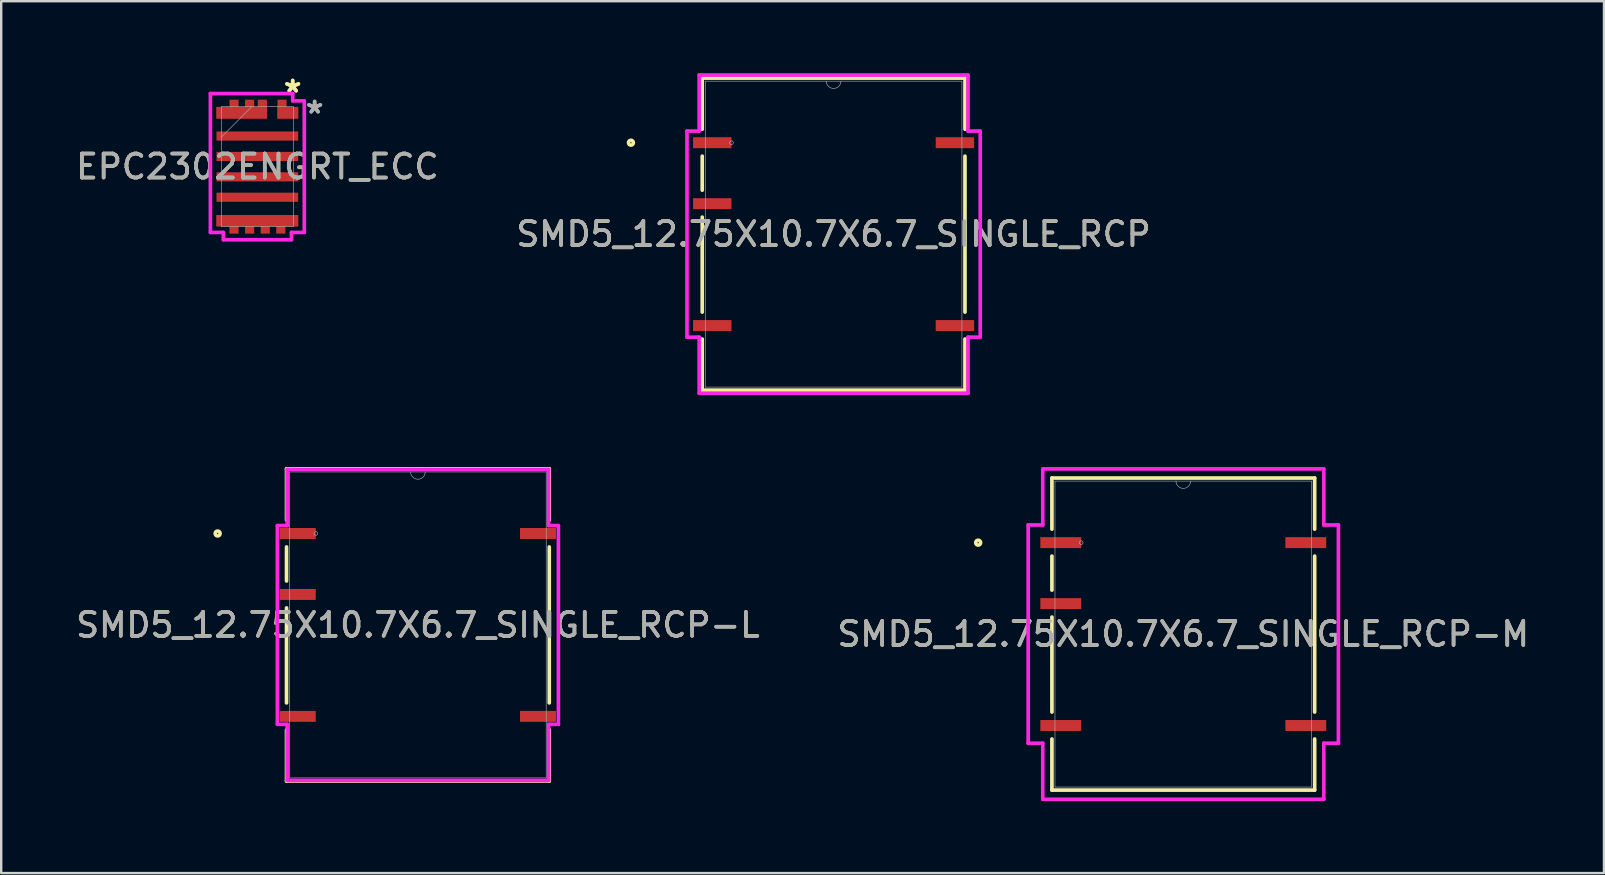
<source format=kicad_pcb>
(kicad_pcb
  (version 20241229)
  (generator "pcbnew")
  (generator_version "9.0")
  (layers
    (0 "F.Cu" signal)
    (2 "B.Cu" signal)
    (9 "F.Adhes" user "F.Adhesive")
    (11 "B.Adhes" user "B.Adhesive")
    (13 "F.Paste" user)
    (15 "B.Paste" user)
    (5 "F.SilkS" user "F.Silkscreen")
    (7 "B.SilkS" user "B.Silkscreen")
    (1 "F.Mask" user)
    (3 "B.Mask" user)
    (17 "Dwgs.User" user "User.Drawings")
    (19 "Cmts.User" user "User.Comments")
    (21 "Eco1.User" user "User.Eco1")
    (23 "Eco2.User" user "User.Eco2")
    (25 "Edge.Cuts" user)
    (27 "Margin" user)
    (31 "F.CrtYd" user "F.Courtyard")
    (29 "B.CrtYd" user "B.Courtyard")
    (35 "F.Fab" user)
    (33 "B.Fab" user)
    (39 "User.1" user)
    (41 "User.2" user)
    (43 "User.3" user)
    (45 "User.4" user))
  (footprint "EPC2302ENGRT_ECC"
    (layer "F.Cu")
    (at 7.673 3.894)
    (property "Reference" "EPC2302ENGRT_ECC" (at 0 0 0) (unlocked yes) (layer "F.SilkS") (effects (font (size 1 1) (thickness 0.15))))
    (attr smd)
    (fp_poly (pts (xy 0.838 -2.792) (xy 1.219 -2.792) (xy 1.219 -2.487) (xy 1.702 -2.487) (xy 1.702 -2.004) (xy 0.838 -2.004)) (stroke (width 0) (type solid)) (fill yes) (layer "F.Cu"))
    (fp_poly (pts (xy -1.702 -2.487) (xy -1.162 -2.487) (xy -1.162 -2.792) (xy -0.781 -2.792) (xy -0.781 -2.487) (xy -0.512 -2.487) (xy -0.512 -2.792) (xy -0.131 -2.792) (xy -0.131 -2.487) (xy 0.017 -2.487) (xy 0.017 -2.792) (xy 0.398 -2.792) (xy 0.406 -2.004) (xy -1.702 -2.004)) (stroke (width 0) (type solid)) (fill yes) (layer "F.Cu"))
    (fp_poly (pts (xy -1.702 2.487) (xy -1.162 2.487) (xy -1.162 2.792) (xy -0.781 2.792) (xy -0.781 2.487) (xy -0.512 2.487) (xy -0.512 2.792) (xy -0.131 2.792) (xy -0.131 2.487) (xy 0.138 2.487) (xy 0.138 2.792) (xy 0.519 2.792) (xy 0.519 2.487) (xy 0.788 2.487) (xy 0.788 2.792) (xy 1.169 2.792) (xy 1.169 2.487) (xy 1.702 2.487) (xy 1.702 2.017) (xy -1.702 2.017)) (stroke (width 0) (type solid)) (fill yes) (layer "F.Cu"))
    (fp_poly (pts (xy 0.838 -2.792) (xy 1.219 -2.792) (xy 1.219 -2.487) (xy 1.702 -2.487) (xy 1.702 -2.004) (xy 0.838 -2.004)) (stroke (width 0) (type solid)) (fill yes) (layer "F.Mask"))
    (fp_poly (pts (xy -1.702 -2.487) (xy -1.162 -2.487) (xy -1.162 -2.792) (xy -0.781 -2.792) (xy -0.781 -2.487) (xy -0.512 -2.487) (xy -0.512 -2.792) (xy -0.131 -2.792) (xy -0.131 -2.487) (xy 0.017 -2.487) (xy 0.017 -2.792) (xy 0.398 -2.792) (xy 0.406 -2.004) (xy -1.702 -2.004)) (stroke (width 0) (type solid)) (fill yes) (layer "F.Mask"))
    (fp_poly (pts (xy -1.702 2.487) (xy -1.162 2.487) (xy -1.162 2.792) (xy -0.781 2.792) (xy -0.781 2.487) (xy -0.512 2.487) (xy -0.512 2.792) (xy -0.131 2.792) (xy -0.131 2.487) (xy 0.138 2.487) (xy 0.138 2.792) (xy 0.519 2.792) (xy 0.519 2.487) (xy 0.788 2.487) (xy 0.788 2.792) (xy 1.169 2.792) (xy 1.169 2.487) (xy 1.702 2.487) (xy 1.702 2.017) (xy -1.702 2.017)) (stroke (width 0) (type solid)) (fill yes) (layer "F.Mask"))
    (fp_poly (pts (xy 0.838 -2.792) (xy 1.219 -2.792) (xy 1.219 -2.487) (xy 1.702 -2.487) (xy 1.702 -2.004) (xy 0.838 -2.004)) (stroke (width 0) (type solid)) (fill yes) (layer "F.Paste"))
    (fp_poly (pts (xy -1.702 -2.487) (xy -1.162 -2.487) (xy -1.162 -2.792) (xy -0.781 -2.792) (xy -0.781 -2.487) (xy -0.512 -2.487) (xy -0.512 -2.792) (xy -0.131 -2.792) (xy -0.131 -2.487) (xy 0.017 -2.487) (xy 0.017 -2.792) (xy 0.398 -2.792) (xy 0.406 -2.004) (xy -1.702 -2.004)) (stroke (width 0) (type solid)) (fill yes) (layer "F.Paste"))
    (fp_poly (pts (xy -1.702 2.487) (xy -1.162 2.487) (xy -1.162 2.792) (xy -0.781 2.792) (xy -0.781 2.487) (xy -0.512 2.487) (xy -0.512 2.792) (xy -0.131 2.792) (xy -0.131 2.487) (xy 0.138 2.487) (xy 0.138 2.792) (xy 0.519 2.792) (xy 0.519 2.487) (xy 0.788 2.487) (xy 0.788 2.792) (xy 1.169 2.792) (xy 1.169 2.487) (xy 1.702 2.487) (xy 1.702 2.017) (xy -1.702 2.017)) (stroke (width 0) (type solid)) (fill yes) (layer "F.Paste"))
    (fp_line (start -1.956 -3.046) (end -1.956 2.741) (stroke (width 0.152) (type solid)) (layer "F.CrtYd"))
    (fp_line (start -1.956 2.741) (end -1.416 2.741) (stroke (width 0.152) (type solid)) (layer "F.CrtYd"))
    (fp_line (start -1.416 2.741) (end -1.416 3.046) (stroke (width 0.152) (type solid)) (layer "F.CrtYd"))
    (fp_line (start -1.416 3.046) (end 1.423 3.046) (stroke (width 0.152) (type solid)) (layer "F.CrtYd"))
    (fp_line (start 1.423 2.741) (end 1.956 2.741) (stroke (width 0.152) (type solid)) (layer "F.CrtYd"))
    (fp_line (start 1.423 3.046) (end 1.423 2.741) (stroke (width 0.152) (type solid)) (layer "F.CrtYd"))
    (fp_line (start 1.473 -3.046) (end -1.956 -3.046) (stroke (width 0.152) (type solid)) (layer "F.CrtYd"))
    (fp_line (start 1.473 -2.741) (end 1.473 -3.046) (stroke (width 0.152) (type solid)) (layer "F.CrtYd"))
    (fp_line (start 1.956 -2.741) (end 1.473 -2.741) (stroke (width 0.152) (type solid)) (layer "F.CrtYd"))
    (fp_line (start 1.956 2.741) (end 1.956 -2.741) (stroke (width 0.152) (type solid)) (layer "F.CrtYd"))
    (fp_line (start -1.499 -2.502) (end -1.499 2.502) (stroke (width 0.025) (type solid)) (layer "F.Fab"))
    (fp_line (start -1.499 -1.232) (end -0.229 -2.502) (stroke (width 0.025) (type solid)) (layer "F.Fab"))
    (fp_line (start -1.499 2.502) (end 1.499 2.502) (stroke (width 0.025) (type solid)) (layer "F.Fab"))
    (fp_line (start 1.499 -2.502) (end -1.499 -2.502) (stroke (width 0.025) (type solid)) (layer "F.Fab"))
    (fp_line (start 1.499 2.502) (end 1.499 -2.502) (stroke (width 0.025) (type solid)) (layer "F.Fab"))
    (fp_text user "*" (at 1.473 -3.046 0) (layer "F.SilkS") (effects (font (size 1 1) (thickness 0.15))))
    (fp_text user "*" (at 1.473 -3.046 0) (unlocked yes) (layer "F.SilkS") (effects (font (size 1 1) (thickness 0.15))))
    (fp_text user "*" (at 2.388 -2.171 0) (unlocked yes) (layer "F.Fab") (effects (font (size 1 1) (thickness 0.15))))
    (fp_text user "*" (at 2.388 -2.171 0) (layer "F.Fab") (effects (font (size 1 1) (thickness 0.15))))
    (fp_text user "${REFERENCE}" (at 0 0 0) (unlocked yes) (layer "F.Fab") (effects (font (size 1 1) (thickness 0.15))))
    (pad "1" smd rect (at 1.27 -2.246) (size 0.864 0.483) (layers "F.Cu" "F.Mask" "F.Paste"))
    (pad "2" smd rect (at -0.648 -2.246) (size 2.108 0.483) (layers "F.Cu" "F.Mask" "F.Paste"))
    (pad "3" smd rect (at 0 -1.275) (size 3.404 0.381) (layers "F.Cu" "F.Mask" "F.Paste"))
    (pad "4" smd rect (at 0 -0.425) (size 3.404 0.381) (layers "F.Cu" "F.Mask" "F.Paste"))
    (pad "5" smd rect (at 0 0.425) (size 3.404 0.381) (layers "F.Cu" "F.Mask" "F.Paste"))
    (pad "6" smd rect (at 0 1.275) (size 3.404 0.381) (layers "F.Cu" "F.Mask" "F.Paste"))
    (pad "7" smd rect (at 0 2.252) (size 3.404 0.47) (layers "F.Cu" "F.Mask" "F.Paste")))
  (footprint "SMD5_12.75X10.7X6.7_SINGLE_RCP-L"
    (layer "F.Cu")
    (at 14.363 22.99)
    (property "Reference" "SMD5_12.75X10.7X6.7_SINGLE_RCP-L" (at 0 0 0) (unlocked yes) (layer "F.SilkS") (effects (font (size 1 1) (thickness 0.15))))
    (attr smd)
    (fp_line (start -5.474 -6.502) (end -5.474 -4.371) (stroke (width 0.152) (type solid)) (layer "F.SilkS"))
    (fp_line (start -5.474 -3.249) (end -5.474 -1.831) (stroke (width 0.152) (type solid)) (layer "F.SilkS"))
    (fp_line (start -5.474 -0.709) (end -5.474 3.249) (stroke (width 0.152) (type solid)) (layer "F.SilkS"))
    (fp_line (start -5.474 4.371) (end -5.474 6.502) (stroke (width 0.152) (type solid)) (layer "F.SilkS"))
    (fp_line (start -5.474 6.502) (end 5.474 6.502) (stroke (width 0.152) (type solid)) (layer "F.SilkS"))
    (fp_line (start 5.474 -6.502) (end -5.474 -6.502) (stroke (width 0.152) (type solid)) (layer "F.SilkS"))
    (fp_line (start 5.474 -4.371) (end 5.474 -6.502) (stroke (width 0.152) (type solid)) (layer "F.SilkS"))
    (fp_line (start 5.474 3.249) (end 5.474 -3.249) (stroke (width 0.152) (type solid)) (layer "F.SilkS"))
    (fp_line (start 5.474 6.502) (end 5.474 4.371) (stroke (width 0.152) (type solid)) (layer "F.SilkS"))
    (fp_circle (center -8.344 -3.81) (end -8.242 -3.81) (stroke (width 0.152) (type solid)) (fill no) (layer "F.SilkS"))
    (fp_line (start -5.855 -4.14) (end -5.448 -4.14) (stroke (width 0.152) (type solid)) (layer "F.CrtYd"))
    (fp_line (start -5.855 4.14) (end -5.855 -4.14) (stroke (width 0.152) (type solid)) (layer "F.CrtYd"))
    (fp_line (start -5.855 4.14) (end -5.448 4.14) (stroke (width 0.152) (type solid)) (layer "F.CrtYd"))
    (fp_line (start -5.448 -6.477) (end 5.448 -6.477) (stroke (width 0.152) (type solid)) (layer "F.CrtYd"))
    (fp_line (start -5.448 -4.14) (end -5.448 -6.477) (stroke (width 0.152) (type solid)) (layer "F.CrtYd"))
    (fp_line (start -5.448 6.477) (end -5.448 4.14) (stroke (width 0.152) (type solid)) (layer "F.CrtYd"))
    (fp_line (start 5.448 -6.477) (end 5.448 -4.14) (stroke (width 0.152) (type solid)) (layer "F.CrtYd"))
    (fp_line (start 5.448 4.14) (end 5.448 6.477) (stroke (width 0.152) (type solid)) (layer "F.CrtYd"))
    (fp_line (start 5.448 6.477) (end -5.448 6.477) (stroke (width 0.152) (type solid)) (layer "F.CrtYd"))
    (fp_line (start 5.855 -4.14) (end 5.448 -4.14) (stroke (width 0.152) (type solid)) (layer "F.CrtYd"))
    (fp_line (start 5.855 -4.14) (end 5.855 4.14) (stroke (width 0.152) (type solid)) (layer "F.CrtYd"))
    (fp_line (start 5.855 4.14) (end 5.448 4.14) (stroke (width 0.152) (type solid)) (layer "F.CrtYd"))
    (fp_line (start -5.347 -6.375) (end -5.347 6.375) (stroke (width 0.025) (type solid)) (layer "F.Fab"))
    (fp_line (start -5.347 6.375) (end 5.347 6.375) (stroke (width 0.025) (type solid)) (layer "F.Fab"))
    (fp_line (start 5.347 -6.375) (end -5.347 -6.375) (stroke (width 0.025) (type solid)) (layer "F.Fab"))
    (fp_line (start 5.347 6.375) (end 5.347 -6.375) (stroke (width 0.025) (type solid)) (layer "F.Fab"))
    (fp_arc (start 0.3048 -6.3754) (mid 0 -6.0706) (end -0.3048 -6.3754) (stroke (width 0.0254) (type solid)) (layer "F.Fab"))
    (fp_circle (center -4.255 -3.81) (end -4.178 -3.81) (stroke (width 0.025) (type solid)) (fill no) (layer "F.Fab"))
    (fp_text user "${REFERENCE}" (at 0 0 0) (unlocked yes) (layer "F.Fab") (effects (font (size 1 1) (thickness 0.15))))
    (pad "1" smd rect (at -5.004 -3.81) (size 1.499 0.457) (layers "F.Cu" "F.Mask" "F.Paste"))
    (pad "2" smd rect (at -5.004 -1.27) (size 1.499 0.457) (layers "F.Cu" "F.Mask" "F.Paste"))
    (pad "4" smd rect (at -5.004 3.81) (size 1.499 0.457) (layers "F.Cu" "F.Mask" "F.Paste"))
    (pad "5" smd rect (at 5.004 3.81) (size 1.499 0.457) (layers "F.Cu" "F.Mask" "F.Paste"))
    (pad "8" smd rect (at 5.004 -3.81) (size 1.499 0.457) (layers "F.Cu" "F.Mask" "F.Paste")))
  (footprint "SMD5_12.75X10.7X6.7_SINGLE_RCP-M"
    (layer "F.Cu")
    (at 46.256 23.371)
    (property "Reference" "SMD5_12.75X10.7X6.7_SINGLE_RCP-M" (at 0 0 0) (unlocked yes) (layer "F.SilkS") (effects (font (size 1 1) (thickness 0.15))))
    (attr smd)
    (fp_line (start -5.474 -6.502) (end -5.474 -4.371) (stroke (width 0.152) (type solid)) (layer "F.SilkS"))
    (fp_line (start -5.474 -3.249) (end -5.474 -1.831) (stroke (width 0.152) (type solid)) (layer "F.SilkS"))
    (fp_line (start -5.474 -0.709) (end -5.474 3.249) (stroke (width 0.152) (type solid)) (layer "F.SilkS"))
    (fp_line (start -5.474 4.371) (end -5.474 6.502) (stroke (width 0.152) (type solid)) (layer "F.SilkS"))
    (fp_line (start -5.474 6.502) (end 5.474 6.502) (stroke (width 0.152) (type solid)) (layer "F.SilkS"))
    (fp_line (start 5.474 -6.502) (end -5.474 -6.502) (stroke (width 0.152) (type solid)) (layer "F.SilkS"))
    (fp_line (start 5.474 -4.371) (end 5.474 -6.502) (stroke (width 0.152) (type solid)) (layer "F.SilkS"))
    (fp_line (start 5.474 3.249) (end 5.474 -3.249) (stroke (width 0.152) (type solid)) (layer "F.SilkS"))
    (fp_line (start 5.474 6.502) (end 5.474 4.371) (stroke (width 0.152) (type solid)) (layer "F.SilkS"))
    (fp_circle (center -8.547 -3.81) (end -8.445 -3.81) (stroke (width 0.152) (type solid)) (fill no) (layer "F.SilkS"))
    (fp_line (start -6.464 -4.547) (end -5.855 -4.547) (stroke (width 0.152) (type solid)) (layer "F.CrtYd"))
    (fp_line (start -6.464 4.547) (end -6.464 -4.547) (stroke (width 0.152) (type solid)) (layer "F.CrtYd"))
    (fp_line (start -6.464 4.547) (end -5.855 4.547) (stroke (width 0.152) (type solid)) (layer "F.CrtYd"))
    (fp_line (start -5.855 -6.883) (end 5.855 -6.883) (stroke (width 0.152) (type solid)) (layer "F.CrtYd"))
    (fp_line (start -5.855 -4.547) (end -5.855 -6.883) (stroke (width 0.152) (type solid)) (layer "F.CrtYd"))
    (fp_line (start -5.855 6.883) (end -5.855 4.547) (stroke (width 0.152) (type solid)) (layer "F.CrtYd"))
    (fp_line (start 5.855 -6.883) (end 5.855 -4.547) (stroke (width 0.152) (type solid)) (layer "F.CrtYd"))
    (fp_line (start 5.855 4.547) (end 5.855 6.883) (stroke (width 0.152) (type solid)) (layer "F.CrtYd"))
    (fp_line (start 5.855 6.883) (end -5.855 6.883) (stroke (width 0.152) (type solid)) (layer "F.CrtYd"))
    (fp_line (start 6.464 -4.547) (end 5.855 -4.547) (stroke (width 0.152) (type solid)) (layer "F.CrtYd"))
    (fp_line (start 6.464 -4.547) (end 6.464 4.547) (stroke (width 0.152) (type solid)) (layer "F.CrtYd"))
    (fp_line (start 6.464 4.547) (end 5.855 4.547) (stroke (width 0.152) (type solid)) (layer "F.CrtYd"))
    (fp_line (start -5.347 -6.375) (end -5.347 6.375) (stroke (width 0.025) (type solid)) (layer "F.Fab"))
    (fp_line (start -5.347 6.375) (end 5.347 6.375) (stroke (width 0.025) (type solid)) (layer "F.Fab"))
    (fp_line (start 5.347 -6.375) (end -5.347 -6.375) (stroke (width 0.025) (type solid)) (layer "F.Fab"))
    (fp_line (start 5.347 6.375) (end 5.347 -6.375) (stroke (width 0.025) (type solid)) (layer "F.Fab"))
    (fp_arc (start 0.3048 -6.3754) (mid 0 -6.0706) (end -0.3048 -6.3754) (stroke (width 0.0254) (type solid)) (layer "F.Fab"))
    (fp_circle (center -4.255 -3.81) (end -4.178 -3.81) (stroke (width 0.025) (type solid)) (fill no) (layer "F.Fab"))
    (fp_text user "${REFERENCE}" (at 0 0 0) (unlocked yes) (layer "F.Fab") (effects (font (size 1 1) (thickness 0.15))))
    (pad "1" smd rect (at -5.105 -3.81) (size 1.702 0.457) (layers "F.Cu" "F.Mask" "F.Paste"))
    (pad "2" smd rect (at -5.105 -1.27) (size 1.702 0.457) (layers "F.Cu" "F.Mask" "F.Paste"))
    (pad "4" smd rect (at -5.105 3.81) (size 1.702 0.457) (layers "F.Cu" "F.Mask" "F.Paste"))
    (pad "5" smd rect (at 5.105 3.81) (size 1.702 0.457) (layers "F.Cu" "F.Mask" "F.Paste"))
    (pad "8" smd rect (at 5.105 -3.81) (size 1.702 0.457) (layers "F.Cu" "F.Mask" "F.Paste")))
  (footprint "SMD5_12.75X10.7X6.7_SINGLE_RCP"
    (layer "F.Cu")
    (at 31.685 6.706)
    (property "Reference" "SMD5_12.75X10.7X6.7_SINGLE_RCP" (at 0 0 0) (unlocked yes) (layer "F.SilkS") (effects (font (size 1 1) (thickness 0.15))))
    (attr smd)
    (fp_line (start -5.474 -6.502) (end -5.474 -4.371) (stroke (width 0.152) (type solid)) (layer "F.SilkS"))
    (fp_line (start -5.474 -3.249) (end -5.474 -1.831) (stroke (width 0.152) (type solid)) (layer "F.SilkS"))
    (fp_line (start -5.474 -0.709) (end -5.474 3.249) (stroke (width 0.152) (type solid)) (layer "F.SilkS"))
    (fp_line (start -5.474 4.371) (end -5.474 6.502) (stroke (width 0.152) (type solid)) (layer "F.SilkS"))
    (fp_line (start -5.474 6.502) (end 5.474 6.502) (stroke (width 0.152) (type solid)) (layer "F.SilkS"))
    (fp_line (start 5.474 -6.502) (end -5.474 -6.502) (stroke (width 0.152) (type solid)) (layer "F.SilkS"))
    (fp_line (start 5.474 -4.371) (end 5.474 -6.502) (stroke (width 0.152) (type solid)) (layer "F.SilkS"))
    (fp_line (start 5.474 3.249) (end 5.474 -3.249) (stroke (width 0.152) (type solid)) (layer "F.SilkS"))
    (fp_line (start 5.474 6.502) (end 5.474 4.371) (stroke (width 0.152) (type solid)) (layer "F.SilkS"))
    (fp_circle (center -8.445 -3.81) (end -8.344 -3.81) (stroke (width 0.152) (type solid)) (fill no) (layer "F.SilkS"))
    (fp_line (start -6.109 -4.293) (end -5.601 -4.293) (stroke (width 0.152) (type solid)) (layer "F.CrtYd"))
    (fp_line (start -6.109 4.293) (end -6.109 -4.293) (stroke (width 0.152) (type solid)) (layer "F.CrtYd"))
    (fp_line (start -6.109 4.293) (end -5.601 4.293) (stroke (width 0.152) (type solid)) (layer "F.CrtYd"))
    (fp_line (start -5.601 -6.629) (end 5.601 -6.629) (stroke (width 0.152) (type solid)) (layer "F.CrtYd"))
    (fp_line (start -5.601 -4.293) (end -5.601 -6.629) (stroke (width 0.152) (type solid)) (layer "F.CrtYd"))
    (fp_line (start -5.601 6.629) (end -5.601 4.293) (stroke (width 0.152) (type solid)) (layer "F.CrtYd"))
    (fp_line (start 5.601 -6.629) (end 5.601 -4.293) (stroke (width 0.152) (type solid)) (layer "F.CrtYd"))
    (fp_line (start 5.601 4.293) (end 5.601 6.629) (stroke (width 0.152) (type solid)) (layer "F.CrtYd"))
    (fp_line (start 5.601 6.629) (end -5.601 6.629) (stroke (width 0.152) (type solid)) (layer "F.CrtYd"))
    (fp_line (start 6.109 -4.293) (end 5.601 -4.293) (stroke (width 0.152) (type solid)) (layer "F.CrtYd"))
    (fp_line (start 6.109 -4.293) (end 6.109 4.293) (stroke (width 0.152) (type solid)) (layer "F.CrtYd"))
    (fp_line (start 6.109 4.293) (end 5.601 4.293) (stroke (width 0.152) (type solid)) (layer "F.CrtYd"))
    (fp_line (start -5.347 -6.375) (end -5.347 6.375) (stroke (width 0.025) (type solid)) (layer "F.Fab"))
    (fp_line (start -5.347 6.375) (end 5.347 6.375) (stroke (width 0.025) (type solid)) (layer "F.Fab"))
    (fp_line (start 5.347 -6.375) (end -5.347 -6.375) (stroke (width 0.025) (type solid)) (layer "F.Fab"))
    (fp_line (start 5.347 6.375) (end 5.347 -6.375) (stroke (width 0.025) (type solid)) (layer "F.Fab"))
    (fp_arc (start 0.3048 -6.3754) (mid 0 -6.0706) (end -0.3048 -6.3754) (stroke (width 0.0254) (type solid)) (layer "F.Fab"))
    (fp_circle (center -4.255 -3.81) (end -4.178 -3.81) (stroke (width 0.025) (type solid)) (fill no) (layer "F.Fab"))
    (fp_text user "${REFERENCE}" (at 0 0 0) (unlocked yes) (layer "F.Fab") (effects (font (size 1 1) (thickness 0.15))))
    (pad "1" smd rect (at -5.055 -3.81) (size 1.6 0.457) (layers "F.Cu" "F.Mask" "F.Paste"))
    (pad "2" smd rect (at -5.055 -1.27) (size 1.6 0.457) (layers "F.Cu" "F.Mask" "F.Paste"))
    (pad "4" smd rect (at -5.055 3.81) (size 1.6 0.457) (layers "F.Cu" "F.Mask" "F.Paste"))
    (pad "5" smd rect (at 5.055 3.81) (size 1.6 0.457) (layers "F.Cu" "F.Mask" "F.Paste"))
    (pad "8" smd rect (at 5.055 -3.81) (size 1.6 0.457) (layers "F.Cu" "F.Mask" "F.Paste")))
  (gr_rect
    (start -3 -3)
    (end 63.786 33.33)
    (stroke (width 0.1) (type default))
    (fill no)
    (layer "Edge.Cuts")))
</source>
